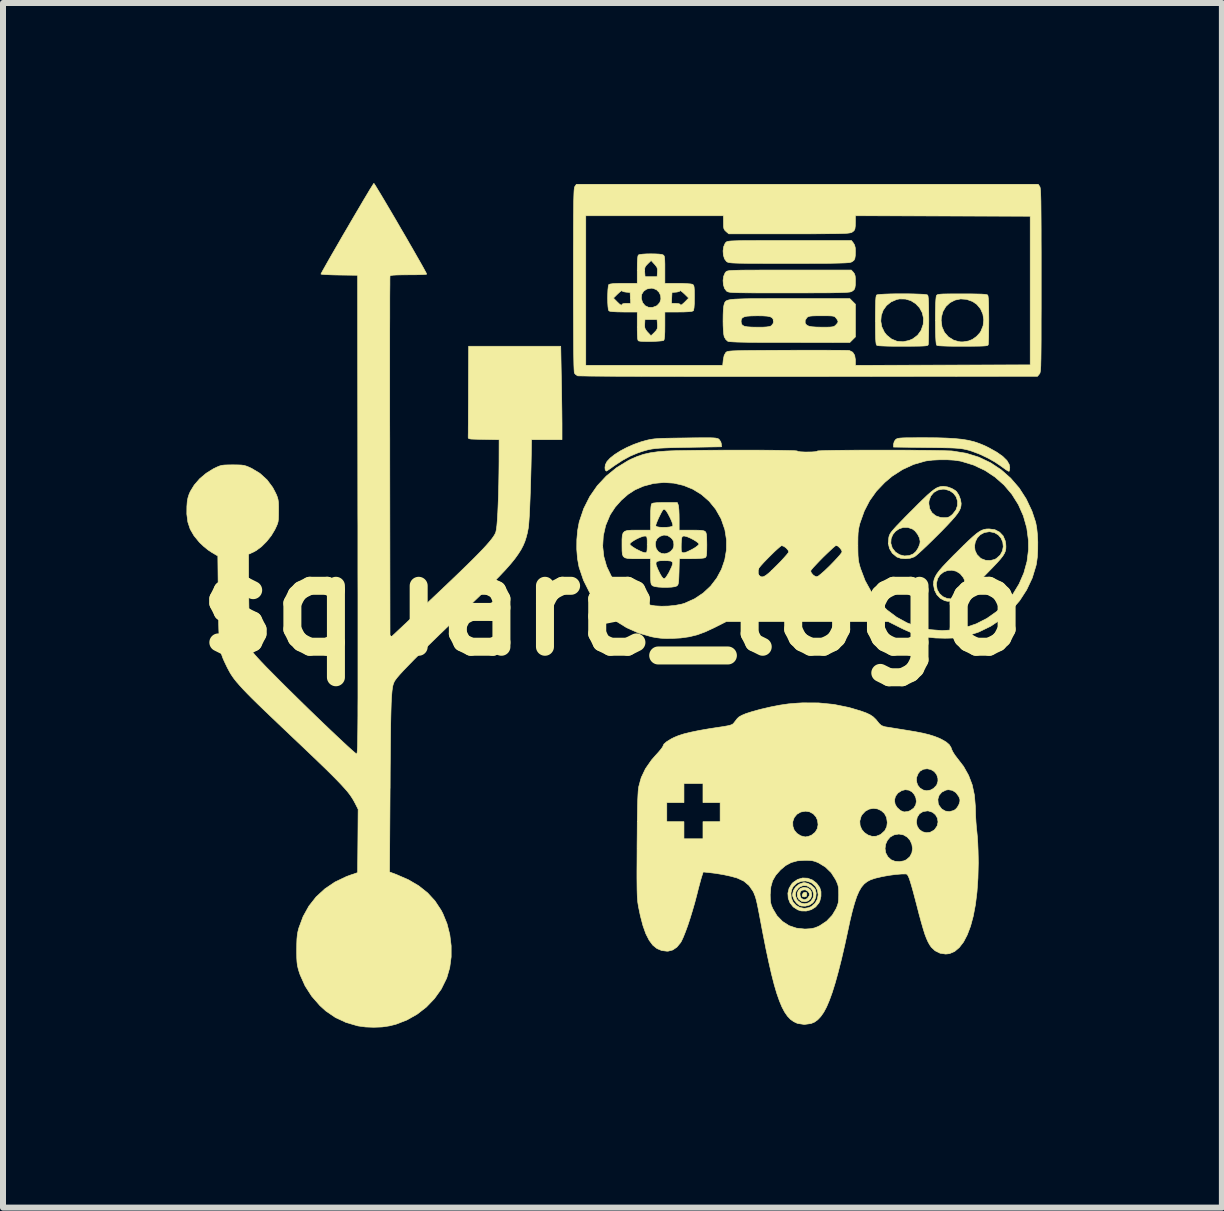
<source format=kicad_pcb>
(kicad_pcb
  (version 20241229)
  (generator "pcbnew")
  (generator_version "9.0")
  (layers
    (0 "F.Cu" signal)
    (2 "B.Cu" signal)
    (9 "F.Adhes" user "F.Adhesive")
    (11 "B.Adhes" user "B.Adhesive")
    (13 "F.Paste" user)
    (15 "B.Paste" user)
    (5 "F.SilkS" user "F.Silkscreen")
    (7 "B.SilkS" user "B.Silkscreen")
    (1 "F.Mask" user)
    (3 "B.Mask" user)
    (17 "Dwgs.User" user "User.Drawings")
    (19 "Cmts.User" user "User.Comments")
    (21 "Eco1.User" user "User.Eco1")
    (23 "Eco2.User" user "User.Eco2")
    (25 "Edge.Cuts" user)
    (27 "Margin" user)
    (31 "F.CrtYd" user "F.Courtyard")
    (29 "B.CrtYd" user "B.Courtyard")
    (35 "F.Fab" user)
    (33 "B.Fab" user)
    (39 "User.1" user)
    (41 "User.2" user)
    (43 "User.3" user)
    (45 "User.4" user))
  (footprint "square_logo"
    (layer "F.Cu")
    (at 7.156 7.038)
    (property "Reference" "square_logo" (at 0 0 0) (layer "F.SilkS") (effects (font (size 1.524 1.524) (thickness 0.3))))
    (attr through_hole)
    (fp_poly (pts (xy 3.229 4.783) (xy 3.238 4.806) (xy 3.239 4.817) (xy 3.232 4.848) (xy 3.208 4.857) (xy 3.198 4.858) (xy 3.168 4.853) (xy 3.161 4.832) (xy 3.162 4.822) (xy 3.18 4.79) (xy 3.203 4.781) (xy 3.229 4.783)) (stroke (width 0.01) (type solid)) (fill yes) (layer "F.SilkS"))
    (fp_poly (pts (xy 3.255 4.709) (xy 3.297 4.741) (xy 3.314 4.775) (xy 3.321 4.834) (xy 3.302 4.885) (xy 3.264 4.922) (xy 3.212 4.939) (xy 3.154 4.931) (xy 3.148 4.929) (xy 3.104 4.896) (xy 3.081 4.851) (xy 3.079 4.801) (xy 3.081 4.794) (xy 3.124 4.794) (xy 3.126 4.835) (xy 3.141 4.873) (xy 3.152 4.884) (xy 3.193 4.904) (xy 3.23 4.894) (xy 3.254 4.874) (xy 3.282 4.833) (xy 3.279 4.795) (xy 3.254 4.762) (xy 3.212 4.739) (xy 3.165 4.745) (xy 3.137 4.763) (xy 3.124 4.794) (xy 3.081 4.794) (xy 3.096 4.753) (xy 3.13 4.717) (xy 3.181 4.7) (xy 3.192 4.699) (xy 3.255 4.709)) (stroke (width 0.01) (type solid)) (fill yes) (layer "F.SilkS"))
    (fp_poly (pts (xy 3.256 4.632) (xy 3.313 4.663) (xy 3.36 4.706) (xy 3.378 4.731) (xy 3.394 4.793) (xy 3.388 4.862) (xy 3.361 4.926) (xy 3.337 4.957) (xy 3.281 4.994) (xy 3.213 5.012) (xy 3.146 5.009) (xy 3.112 4.997) (xy 3.066 4.959) (xy 3.027 4.905) (xy 3.004 4.846) (xy 3.002 4.833) (xy 3.048 4.833) (xy 3.071 4.896) (xy 3.089 4.92) (xy 3.141 4.959) (xy 3.202 4.972) (xy 3.263 4.958) (xy 3.308 4.927) (xy 3.343 4.872) (xy 3.352 4.81) (xy 3.335 4.75) (xy 3.301 4.708) (xy 3.239 4.673) (xy 3.176 4.669) (xy 3.116 4.695) (xy 3.094 4.714) (xy 3.056 4.771) (xy 3.048 4.833) (xy 3.002 4.833) (xy 3 4.82) (xy 3.015 4.751) (xy 3.055 4.69) (xy 3.112 4.645) (xy 3.18 4.621) (xy 3.204 4.62) (xy 3.256 4.632)) (stroke (width 0.01) (type solid)) (fill yes) (layer "F.SilkS"))
    (fp_poly (pts (xy 3.252 4.546) (xy 3.332 4.576) (xy 3.402 4.63) (xy 3.454 4.702) (xy 3.474 4.769) (xy 3.474 4.847) (xy 3.456 4.923) (xy 3.441 4.956) (xy 3.386 5.024) (xy 3.313 5.07) (xy 3.229 5.093) (xy 3.143 5.091) (xy 3.088 5.073) (xy 3.012 5.024) (xy 2.959 4.958) (xy 2.929 4.88) (xy 2.923 4.796) (xy 2.923 4.796) (xy 2.974 4.796) (xy 2.98 4.876) (xy 3.01 4.944) (xy 3.06 4.999) (xy 3.124 5.034) (xy 3.196 5.049) (xy 3.27 5.037) (xy 3.314 5.017) (xy 3.376 4.963) (xy 3.414 4.896) (xy 3.428 4.822) (xy 3.417 4.749) (xy 3.383 4.682) (xy 3.324 4.629) (xy 3.302 4.616) (xy 3.223 4.592) (xy 3.143 4.598) (xy 3.069 4.63) (xy 3.012 4.685) (xy 2.99 4.728) (xy 2.976 4.783) (xy 2.974 4.796) (xy 2.923 4.796) (xy 2.943 4.714) (xy 2.988 4.64) (xy 3.01 4.617) (xy 3.086 4.566) (xy 3.168 4.542) (xy 3.252 4.546)) (stroke (width 0.01) (type solid)) (fill yes) (layer "F.SilkS"))
    (fp_poly (pts (xy 5.403 -2.793) (xy 5.564 -2.788) (xy 5.702 -2.78) (xy 5.822 -2.768) (xy 5.927 -2.751) (xy 6.023 -2.728) (xy 6.112 -2.698) (xy 6.2 -2.662) (xy 6.271 -2.627) (xy 6.402 -2.554) (xy 6.503 -2.483) (xy 6.573 -2.414) (xy 6.611 -2.348) (xy 6.62 -2.302) (xy 6.617 -2.261) (xy 6.61 -2.236) (xy 6.608 -2.234) (xy 6.591 -2.24) (xy 6.555 -2.262) (xy 6.508 -2.296) (xy 6.485 -2.313) (xy 6.377 -2.387) (xy 6.251 -2.458) (xy 6.117 -2.521) (xy 5.987 -2.57) (xy 5.921 -2.59) (xy 5.883 -2.599) (xy 5.844 -2.607) (xy 5.803 -2.613) (xy 5.754 -2.618) (xy 5.693 -2.622) (xy 5.618 -2.625) (xy 5.523 -2.627) (xy 5.404 -2.629) (xy 5.259 -2.631) (xy 5.235 -2.631) (xy 4.683 -2.638) (xy 4.683 -2.684) (xy 4.696 -2.732) (xy 4.718 -2.762) (xy 4.729 -2.771) (xy 4.743 -2.778) (xy 4.764 -2.784) (xy 4.794 -2.788) (xy 4.838 -2.791) (xy 4.899 -2.793) (xy 4.982 -2.793) (xy 5.089 -2.794) (xy 5.214 -2.794) (xy 5.403 -2.793)) (stroke (width 0.01) (type solid)) (fill yes) (layer "F.SilkS"))
    (fp_poly (pts (xy 1.632 -2.793) (xy 1.683 -2.791) (xy 1.719 -2.788) (xy 1.743 -2.783) (xy 1.76 -2.778) (xy 1.772 -2.77) (xy 1.775 -2.768) (xy 1.804 -2.728) (xy 1.814 -2.691) (xy 1.818 -2.643) (xy 1.262 -2.634) (xy 1.106 -2.631) (xy 0.978 -2.628) (xy 0.873 -2.624) (xy 0.788 -2.62) (xy 0.717 -2.614) (xy 0.656 -2.606) (xy 0.602 -2.596) (xy 0.55 -2.582) (xy 0.496 -2.566) (xy 0.435 -2.545) (xy 0.422 -2.541) (xy 0.298 -2.489) (xy 0.166 -2.417) (xy 0.035 -2.331) (xy 0.014 -2.316) (xy -0.036 -2.28) (xy -0.076 -2.253) (xy -0.099 -2.239) (xy -0.102 -2.238) (xy -0.116 -2.251) (xy -0.122 -2.264) (xy -0.125 -2.296) (xy -0.119 -2.34) (xy -0.117 -2.347) (xy -0.091 -2.398) (xy -0.038 -2.455) (xy 0.038 -2.515) (xy 0.131 -2.574) (xy 0.237 -2.63) (xy 0.352 -2.681) (xy 0.472 -2.724) (xy 0.532 -2.741) (xy 0.576 -2.753) (xy 0.616 -2.762) (xy 0.656 -2.769) (xy 0.7 -2.775) (xy 0.753 -2.779) (xy 0.817 -2.783) (xy 0.899 -2.785) (xy 1.001 -2.787) (xy 1.128 -2.789) (xy 1.215 -2.79) (xy 1.358 -2.792) (xy 1.473 -2.793) (xy 1.564 -2.793) (xy 1.632 -2.793)) (stroke (width 0.01) (type solid)) (fill yes) (layer "F.SilkS"))
    (fp_poly (pts (xy 4.015 -6.038) (xy 4.035 -6.003) (xy 4.046 -5.957) (xy 4.048 -5.897) (xy 4.046 -5.827) (xy 4.039 -5.781) (xy 4.024 -5.751) (xy 3.997 -5.73) (xy 3.983 -5.722) (xy 3.97 -5.718) (xy 3.949 -5.713) (xy 3.918 -5.71) (xy 3.874 -5.707) (xy 3.815 -5.705) (xy 3.739 -5.703) (xy 3.644 -5.701) (xy 3.527 -5.7) (xy 3.386 -5.7) (xy 3.218 -5.699) (xy 3.022 -5.699) (xy 2.94 -5.699) (xy 2.737 -5.699) (xy 2.564 -5.699) (xy 2.417 -5.7) (xy 2.295 -5.7) (xy 2.195 -5.701) (xy 2.115 -5.702) (xy 2.052 -5.704) (xy 2.005 -5.706) (xy 1.969 -5.709) (xy 1.944 -5.713) (xy 1.926 -5.717) (xy 1.914 -5.722) (xy 1.904 -5.728) (xy 1.9 -5.731) (xy 1.867 -5.775) (xy 1.848 -5.838) (xy 1.843 -5.908) (xy 1.853 -5.977) (xy 1.877 -6.033) (xy 1.89 -6.049) (xy 1.897 -6.055) (xy 1.907 -6.061) (xy 1.921 -6.065) (xy 1.942 -6.069) (xy 1.973 -6.072) (xy 2.015 -6.074) (xy 2.072 -6.076) (xy 2.145 -6.078) (xy 2.237 -6.079) (xy 2.35 -6.079) (xy 2.487 -6.08) (xy 2.649 -6.08) (xy 2.84 -6.08) (xy 2.952 -6.08) (xy 3.982 -6.08) (xy 4.015 -6.038)) (stroke (width 0.01) (type solid)) (fill yes) (layer "F.SilkS"))
    (fp_poly (pts (xy 4.014 -5.551) (xy 4.033 -5.524) (xy 4.044 -5.489) (xy 4.048 -5.436) (xy 4.048 -5.41) (xy 4.047 -5.339) (xy 4.04 -5.292) (xy 4.026 -5.261) (xy 4.001 -5.24) (xy 3.983 -5.23) (xy 3.97 -5.225) (xy 3.949 -5.221) (xy 3.918 -5.218) (xy 3.874 -5.215) (xy 3.815 -5.213) (xy 3.739 -5.211) (xy 3.644 -5.209) (xy 3.527 -5.208) (xy 3.386 -5.208) (xy 3.218 -5.207) (xy 3.022 -5.207) (xy 2.94 -5.207) (xy 2.737 -5.207) (xy 2.564 -5.207) (xy 2.417 -5.207) (xy 2.295 -5.208) (xy 2.195 -5.209) (xy 2.115 -5.21) (xy 2.052 -5.212) (xy 2.005 -5.214) (xy 1.969 -5.217) (xy 1.944 -5.22) (xy 1.926 -5.225) (xy 1.914 -5.23) (xy 1.904 -5.236) (xy 1.9 -5.239) (xy 1.867 -5.283) (xy 1.848 -5.346) (xy 1.843 -5.416) (xy 1.853 -5.485) (xy 1.877 -5.541) (xy 1.89 -5.557) (xy 1.897 -5.563) (xy 1.907 -5.569) (xy 1.921 -5.573) (xy 1.942 -5.577) (xy 1.973 -5.58) (xy 2.015 -5.582) (xy 2.072 -5.584) (xy 2.145 -5.586) (xy 2.237 -5.587) (xy 2.351 -5.587) (xy 2.487 -5.588) (xy 2.65 -5.588) (xy 2.841 -5.588) (xy 2.95 -5.588) (xy 3.979 -5.588) (xy 4.014 -5.551)) (stroke (width 0.01) (type solid)) (fill yes) (layer "F.SilkS"))
    (fp_poly (pts (xy 4.924 -5.192) (xy 5.021 -5.19) (xy 5.107 -5.187) (xy 5.178 -5.184) (xy 5.227 -5.179) (xy 5.251 -5.172) (xy 5.251 -5.172) (xy 5.258 -5.155) (xy 5.263 -5.117) (xy 5.267 -5.056) (xy 5.269 -4.969) (xy 5.27 -4.855) (xy 5.271 -4.761) (xy 5.27 -4.651) (xy 5.269 -4.551) (xy 5.267 -4.466) (xy 5.265 -4.399) (xy 5.263 -4.357) (xy 5.261 -4.343) (xy 5.255 -4.335) (xy 5.241 -4.329) (xy 5.215 -4.325) (xy 5.174 -4.322) (xy 5.114 -4.32) (xy 5.033 -4.319) (xy 4.925 -4.318) (xy 4.835 -4.318) (xy 4.697 -4.318) (xy 4.588 -4.32) (xy 4.506 -4.323) (xy 4.449 -4.326) (xy 4.414 -4.331) (xy 4.401 -4.337) (xy 4.394 -4.354) (xy 4.389 -4.392) (xy 4.385 -4.452) (xy 4.383 -4.538) (xy 4.382 -4.652) (xy 4.382 -4.737) (xy 4.471 -4.737) (xy 4.488 -4.642) (xy 4.531 -4.552) (xy 4.57 -4.503) (xy 4.651 -4.438) (xy 4.742 -4.401) (xy 4.842 -4.393) (xy 4.944 -4.415) (xy 5.004 -4.441) (xy 5.085 -4.502) (xy 5.143 -4.583) (xy 5.178 -4.684) (xy 5.183 -4.784) (xy 5.162 -4.877) (xy 5.117 -4.96) (xy 5.052 -5.028) (xy 4.973 -5.078) (xy 4.882 -5.105) (xy 4.784 -5.107) (xy 4.737 -5.098) (xy 4.642 -5.057) (xy 4.566 -4.996) (xy 4.511 -4.919) (xy 4.479 -4.831) (xy 4.471 -4.737) (xy 4.382 -4.737) (xy 4.381 -4.755) (xy 4.382 -4.89) (xy 4.384 -4.996) (xy 4.386 -5.076) (xy 4.39 -5.13) (xy 4.396 -5.162) (xy 4.401 -5.172) (xy 4.422 -5.178) (xy 4.47 -5.183) (xy 4.54 -5.187) (xy 4.625 -5.19) (xy 4.721 -5.192) (xy 4.823 -5.192) (xy 4.924 -5.192)) (stroke (width 0.01) (type solid)) (fill yes) (layer "F.SilkS"))
    (fp_poly (pts (xy 5.961 -5.191) (xy 6.069 -5.189) (xy 6.15 -5.187) (xy 6.206 -5.183) (xy 6.239 -5.177) (xy 6.252 -5.172) (xy 6.258 -5.155) (xy 6.263 -5.117) (xy 6.267 -5.056) (xy 6.269 -4.969) (xy 6.27 -4.855) (xy 6.271 -4.761) (xy 6.27 -4.651) (xy 6.269 -4.551) (xy 6.268 -4.466) (xy 6.265 -4.399) (xy 6.263 -4.357) (xy 6.261 -4.343) (xy 6.255 -4.335) (xy 6.241 -4.329) (xy 6.215 -4.325) (xy 6.174 -4.322) (xy 6.115 -4.32) (xy 6.033 -4.319) (xy 5.925 -4.318) (xy 5.836 -4.318) (xy 5.697 -4.318) (xy 5.588 -4.32) (xy 5.506 -4.323) (xy 5.449 -4.326) (xy 5.414 -4.331) (xy 5.401 -4.337) (xy 5.395 -4.358) (xy 5.39 -4.406) (xy 5.386 -4.475) (xy 5.383 -4.559) (xy 5.382 -4.654) (xy 5.381 -4.748) (xy 5.477 -4.748) (xy 5.491 -4.641) (xy 5.532 -4.549) (xy 5.597 -4.475) (xy 5.683 -4.421) (xy 5.763 -4.397) (xy 5.803 -4.391) (xy 5.843 -4.391) (xy 5.894 -4.399) (xy 5.933 -4.406) (xy 5.998 -4.432) (xy 6.064 -4.479) (xy 6.12 -4.539) (xy 6.138 -4.566) (xy 6.176 -4.66) (xy 6.187 -4.758) (xy 6.172 -4.854) (xy 6.133 -4.942) (xy 6.071 -5.016) (xy 6.001 -5.064) (xy 5.9 -5.1) (xy 5.801 -5.107) (xy 5.707 -5.087) (xy 5.625 -5.045) (xy 5.556 -4.981) (xy 5.507 -4.898) (xy 5.48 -4.8) (xy 5.477 -4.748) (xy 5.381 -4.748) (xy 5.381 -4.754) (xy 5.381 -4.854) (xy 5.383 -4.948) (xy 5.385 -5.031) (xy 5.389 -5.098) (xy 5.394 -5.144) (xy 5.398 -5.16) (xy 5.405 -5.17) (xy 5.415 -5.177) (xy 5.434 -5.182) (xy 5.465 -5.186) (xy 5.511 -5.189) (xy 5.576 -5.19) (xy 5.665 -5.191) (xy 5.78 -5.191) (xy 5.824 -5.191) (xy 5.961 -5.191)) (stroke (width 0.01) (type solid)) (fill yes) (layer "F.SilkS"))
    (fp_poly (pts (xy 6.373 -1.261) (xy 6.45 -1.221) (xy 6.509 -1.159) (xy 6.544 -1.077) (xy 6.553 -1.025) (xy 6.556 -0.98) (xy 6.554 -0.942) (xy 6.547 -0.905) (xy 6.531 -0.867) (xy 6.505 -0.824) (xy 6.466 -0.774) (xy 6.413 -0.714) (xy 6.342 -0.639) (xy 6.253 -0.547) (xy 6.185 -0.478) (xy 6.078 -0.37) (xy 5.99 -0.284) (xy 5.918 -0.216) (xy 5.861 -0.166) (xy 5.817 -0.13) (xy 5.782 -0.107) (xy 5.771 -0.101) (xy 5.675 -0.07) (xy 5.581 -0.069) (xy 5.534 -0.08) (xy 5.464 -0.117) (xy 5.406 -0.177) (xy 5.367 -0.254) (xy 5.35 -0.341) (xy 5.35 -0.344) (xy 5.398 -0.344) (xy 5.411 -0.263) (xy 5.45 -0.196) (xy 5.507 -0.145) (xy 5.577 -0.115) (xy 5.654 -0.107) (xy 5.734 -0.126) (xy 5.771 -0.144) (xy 5.829 -0.196) (xy 5.865 -0.265) (xy 5.878 -0.343) (xy 5.866 -0.421) (xy 5.848 -0.462) (xy 5.794 -0.528) (xy 5.729 -0.569) (xy 5.657 -0.586) (xy 5.585 -0.582) (xy 5.518 -0.556) (xy 5.46 -0.511) (xy 5.419 -0.449) (xy 5.399 -0.37) (xy 5.398 -0.344) (xy 5.35 -0.344) (xy 5.35 -0.354) (xy 5.352 -0.396) (xy 5.362 -0.438) (xy 5.38 -0.481) (xy 5.408 -0.529) (xy 5.45 -0.585) (xy 5.508 -0.651) (xy 5.583 -0.73) (xy 5.677 -0.827) (xy 5.752 -0.901) (xy 5.839 -0.987) (xy 6.033 -0.987) (xy 6.042 -0.914) (xy 6.074 -0.847) (xy 6.13 -0.79) (xy 6.147 -0.778) (xy 6.219 -0.751) (xy 6.298 -0.748) (xy 6.372 -0.767) (xy 6.398 -0.782) (xy 6.461 -0.839) (xy 6.498 -0.907) (xy 6.512 -0.98) (xy 6.504 -1.053) (xy 6.476 -1.119) (xy 6.43 -1.174) (xy 6.366 -1.212) (xy 6.285 -1.228) (xy 6.278 -1.228) (xy 6.196 -1.214) (xy 6.129 -1.178) (xy 6.078 -1.124) (xy 6.046 -1.059) (xy 6.033 -0.987) (xy 5.839 -0.987) (xy 5.856 -1.004) (xy 5.94 -1.085) (xy 6.01 -1.149) (xy 6.067 -1.197) (xy 6.114 -1.23) (xy 6.156 -1.253) (xy 6.195 -1.266) (xy 6.234 -1.273) (xy 6.277 -1.274) (xy 6.279 -1.274) (xy 6.373 -1.261)) (stroke (width 0.01) (type solid)) (fill yes) (layer "F.SilkS"))
    (fp_poly (pts (xy 5.584 -1.974) (xy 5.654 -1.949) (xy 5.713 -1.914) (xy 5.734 -1.895) (xy 5.771 -1.838) (xy 5.798 -1.768) (xy 5.81 -1.701) (xy 5.81 -1.695) (xy 5.807 -1.657) (xy 5.798 -1.619) (xy 5.78 -1.579) (xy 5.751 -1.533) (xy 5.709 -1.479) (xy 5.652 -1.414) (xy 5.578 -1.334) (xy 5.484 -1.237) (xy 5.417 -1.17) (xy 5.33 -1.084) (xy 5.248 -1.004) (xy 5.174 -0.934) (xy 5.111 -0.876) (xy 5.063 -0.834) (xy 5.033 -0.811) (xy 5.029 -0.809) (xy 4.962 -0.786) (xy 4.883 -0.778) (xy 4.806 -0.784) (xy 4.743 -0.805) (xy 4.737 -0.808) (xy 4.663 -0.87) (xy 4.616 -0.948) (xy 4.596 -1.036) (xy 4.638 -1.036) (xy 4.661 -0.96) (xy 4.665 -0.952) (xy 4.716 -0.888) (xy 4.785 -0.844) (xy 4.863 -0.824) (xy 4.945 -0.83) (xy 5.013 -0.858) (xy 5.059 -0.9) (xy 5.097 -0.96) (xy 5.122 -1.026) (xy 5.127 -1.065) (xy 5.116 -1.123) (xy 5.085 -1.185) (xy 5.042 -1.24) (xy 5 -1.272) (xy 4.922 -1.299) (xy 4.846 -1.299) (xy 4.776 -1.276) (xy 4.715 -1.234) (xy 4.67 -1.178) (xy 4.643 -1.111) (xy 4.638 -1.036) (xy 4.596 -1.036) (xy 4.596 -1.039) (xy 4.605 -1.133) (xy 4.611 -1.157) (xy 4.62 -1.18) (xy 4.634 -1.205) (xy 4.656 -1.235) (xy 4.688 -1.272) (xy 4.732 -1.321) (xy 4.791 -1.382) (xy 4.867 -1.461) (xy 4.963 -1.558) (xy 4.975 -1.569) (xy 5.084 -1.679) (xy 5.104 -1.699) (xy 5.271 -1.699) (xy 5.285 -1.613) (xy 5.324 -1.544) (xy 5.386 -1.493) (xy 5.467 -1.465) (xy 5.521 -1.461) (xy 5.574 -1.463) (xy 5.612 -1.475) (xy 5.649 -1.502) (xy 5.669 -1.52) (xy 5.723 -1.589) (xy 5.749 -1.663) (xy 5.75 -1.738) (xy 5.728 -1.808) (xy 5.684 -1.867) (xy 5.621 -1.911) (xy 5.541 -1.935) (xy 5.505 -1.937) (xy 5.423 -1.922) (xy 5.354 -1.882) (xy 5.303 -1.821) (xy 5.275 -1.743) (xy 5.271 -1.699) (xy 5.104 -1.699) (xy 5.174 -1.767) (xy 5.247 -1.837) (xy 5.308 -1.89) (xy 5.358 -1.929) (xy 5.4 -1.956) (xy 5.438 -1.972) (xy 5.473 -1.981) (xy 5.509 -1.984) (xy 5.517 -1.984) (xy 5.584 -1.974)) (stroke (width 0.01) (type solid)) (fill yes) (layer "F.SilkS"))
    (fp_poly (pts (xy 2.961 -5.112) (xy 3.955 -5.112) (xy 4.048 -5.019) (xy 4.048 -4.474) (xy 3.955 -4.381) (xy 2.958 -4.382) (xy 2.744 -4.382) (xy 2.559 -4.382) (xy 2.402 -4.383) (xy 2.271 -4.384) (xy 2.165 -4.386) (xy 2.08 -4.388) (xy 2.015 -4.391) (xy 1.968 -4.394) (xy 1.938 -4.397) (xy 1.921 -4.402) (xy 1.921 -4.402) (xy 1.889 -4.431) (xy 1.864 -4.473) (xy 1.862 -4.477) (xy 1.854 -4.519) (xy 1.848 -4.584) (xy 1.844 -4.664) (xy 1.843 -4.731) (xy 2.143 -4.731) (xy 2.148 -4.695) (xy 2.164 -4.67) (xy 2.196 -4.652) (xy 2.248 -4.642) (xy 2.324 -4.637) (xy 2.413 -4.636) (xy 2.504 -4.636) (xy 2.568 -4.64) (xy 2.611 -4.646) (xy 2.639 -4.655) (xy 2.648 -4.66) (xy 2.678 -4.699) (xy 2.679 -4.706) (xy 3.211 -4.706) (xy 3.219 -4.69) (xy 3.24 -4.668) (xy 3.273 -4.653) (xy 3.323 -4.643) (xy 3.394 -4.638) (xy 3.489 -4.636) (xy 3.571 -4.636) (xy 3.628 -4.638) (xy 3.666 -4.642) (xy 3.691 -4.649) (xy 3.71 -4.661) (xy 3.723 -4.674) (xy 3.753 -4.708) (xy 3.759 -4.735) (xy 3.742 -4.767) (xy 3.729 -4.784) (xy 3.715 -4.801) (xy 3.7 -4.813) (xy 3.678 -4.82) (xy 3.643 -4.824) (xy 3.589 -4.826) (xy 3.511 -4.826) (xy 3.483 -4.826) (xy 3.396 -4.826) (xy 3.335 -4.824) (xy 3.293 -4.82) (xy 3.266 -4.813) (xy 3.248 -4.803) (xy 3.239 -4.794) (xy 3.211 -4.75) (xy 3.211 -4.706) (xy 2.679 -4.706) (xy 2.683 -4.731) (xy 2.678 -4.766) (xy 2.662 -4.792) (xy 2.63 -4.809) (xy 2.578 -4.82) (xy 2.502 -4.825) (xy 2.413 -4.826) (xy 2.313 -4.824) (xy 2.24 -4.819) (xy 2.191 -4.807) (xy 2.161 -4.789) (xy 2.146 -4.762) (xy 2.143 -4.731) (xy 1.843 -4.731) (xy 1.843 -4.752) (xy 1.844 -4.839) (xy 1.847 -4.917) (xy 1.853 -4.978) (xy 1.858 -5.005) (xy 1.864 -5.026) (xy 1.87 -5.044) (xy 1.879 -5.059) (xy 1.892 -5.072) (xy 1.913 -5.083) (xy 1.943 -5.091) (xy 1.985 -5.098) (xy 2.041 -5.103) (xy 2.113 -5.106) (xy 2.204 -5.109) (xy 2.316 -5.111) (xy 2.451 -5.111) (xy 2.612 -5.112) (xy 2.8 -5.112) (xy 2.961 -5.112)) (stroke (width 0.01) (type solid)) (fill yes) (layer "F.SilkS"))
    (fp_poly (pts (xy 7.119 -6.981) (xy 7.123 -6.973) (xy 7.127 -6.959) (xy 7.13 -6.937) (xy 7.133 -6.906) (xy 7.135 -6.863) (xy 7.137 -6.807) (xy 7.139 -6.736) (xy 7.14 -6.649) (xy 7.141 -6.542) (xy 7.142 -6.415) (xy 7.143 -6.265) (xy 7.143 -6.091) (xy 7.144 -5.891) (xy 7.144 -5.662) (xy 7.144 -5.42) (xy 7.144 -5.165) (xy 7.144 -4.941) (xy 7.143 -4.744) (xy 7.143 -4.574) (xy 7.143 -4.427) (xy 7.142 -4.303) (xy 7.141 -4.199) (xy 7.14 -4.113) (xy 7.138 -4.044) (xy 7.137 -3.989) (xy 7.134 -3.947) (xy 7.132 -3.916) (xy 7.128 -3.893) (xy 7.125 -3.877) (xy 7.121 -3.866) (xy 7.116 -3.858) (xy 7.113 -3.855) (xy 7.083 -3.818) (xy 3.268 -3.815) (xy 2.901 -3.815) (xy 2.545 -3.815) (xy 2.202 -3.815) (xy 1.874 -3.815) (xy 1.56 -3.815) (xy 1.263 -3.815) (xy 0.983 -3.816) (xy 0.722 -3.816) (xy 0.481 -3.817) (xy 0.262 -3.818) (xy 0.065 -3.818) (xy -0.108 -3.819) (xy -0.256 -3.82) (xy -0.379 -3.821) (xy -0.473 -3.823) (xy -0.539 -3.824) (xy -0.576 -3.825) (xy -0.582 -3.826) (xy -0.618 -3.851) (xy -0.634 -3.872) (xy -0.637 -3.891) (xy -0.64 -3.937) (xy -0.643 -4.011) (xy -0.645 -4.112) (xy -0.647 -4.242) (xy -0.648 -4.401) (xy -0.649 -4.589) (xy -0.65 -4.807) (xy -0.651 -5.056) (xy -0.651 -5.335) (xy -0.651 -5.425) (xy -0.651 -5.681) (xy -0.651 -5.907) (xy -0.65 -6.106) (xy -0.65 -6.278) (xy -0.649 -6.426) (xy -0.649 -6.493) (xy -0.445 -6.493) (xy -0.445 -4) (xy 1.837 -4) (xy 1.846 -4.09) (xy 1.861 -4.165) (xy 1.887 -4.212) (xy 1.889 -4.213) (xy 1.896 -4.22) (xy 1.905 -4.226) (xy 1.918 -4.231) (xy 1.938 -4.235) (xy 1.966 -4.238) (xy 2.006 -4.241) (xy 2.059 -4.243) (xy 2.128 -4.245) (xy 2.216 -4.247) (xy 2.325 -4.248) (xy 2.457 -4.249) (xy 2.614 -4.25) (xy 2.8 -4.251) (xy 2.917 -4.251) (xy 3.093 -4.252) (xy 3.26 -4.252) (xy 3.416 -4.252) (xy 3.557 -4.252) (xy 3.68 -4.251) (xy 3.784 -4.251) (xy 3.865 -4.25) (xy 3.92 -4.249) (xy 3.947 -4.247) (xy 3.948 -4.247) (xy 4.003 -4.219) (xy 4.036 -4.167) (xy 4.048 -4.092) (xy 4.048 -4.085) (xy 4.048 -4) (xy 6.961 -4.008) (xy 6.961 -6.485) (xy 4.048 -6.493) (xy 4.048 -6.391) (xy 4.046 -6.321) (xy 4.04 -6.274) (xy 4.025 -6.244) (xy 3.999 -6.223) (xy 3.983 -6.214) (xy 3.97 -6.21) (xy 3.949 -6.206) (xy 3.918 -6.202) (xy 3.874 -6.199) (xy 3.815 -6.197) (xy 3.739 -6.195) (xy 3.644 -6.194) (xy 3.527 -6.193) (xy 3.386 -6.192) (xy 3.219 -6.191) (xy 3.023 -6.191) (xy 2.939 -6.191) (xy 1.939 -6.191) (xy 1.894 -6.229) (xy 1.871 -6.252) (xy 1.857 -6.277) (xy 1.851 -6.313) (xy 1.85 -6.369) (xy 1.85 -6.38) (xy 1.849 -6.493) (xy 0.702 -6.493) (xy -0.445 -6.493) (xy -0.649 -6.493) (xy -0.648 -6.551) (xy -0.647 -6.656) (xy -0.646 -6.743) (xy -0.644 -6.812) (xy -0.642 -6.867) (xy -0.64 -6.909) (xy -0.637 -6.939) (xy -0.634 -6.96) (xy -0.63 -6.974) (xy -0.626 -6.981) (xy -0.601 -7.017) (xy 3.246 -7.017) (xy 7.094 -7.017) (xy 7.119 -6.981)) (stroke (width 0.01) (type solid)) (fill yes) (layer "F.SilkS"))
    (fp_poly (pts (xy 0.71 -5.857) (xy 0.773 -5.854) (xy 0.821 -5.848) (xy 0.842 -5.841) (xy 0.854 -5.833) (xy 0.863 -5.818) (xy 0.868 -5.792) (xy 0.871 -5.75) (xy 0.873 -5.686) (xy 0.873 -5.596) (xy 0.873 -5.595) (xy 0.873 -5.366) (xy 1.088 -5.366) (xy 1.17 -5.365) (xy 1.243 -5.361) (xy 1.299 -5.357) (xy 1.331 -5.351) (xy 1.335 -5.349) (xy 1.347 -5.34) (xy 1.356 -5.324) (xy 1.361 -5.296) (xy 1.364 -5.25) (xy 1.365 -5.182) (xy 1.365 -5.13) (xy 1.364 -5.029) (xy 1.359 -4.958) (xy 1.351 -4.917) (xy 1.346 -4.909) (xy 1.323 -4.9) (xy 1.271 -4.894) (xy 1.191 -4.89) (xy 1.1 -4.889) (xy 0.873 -4.889) (xy 0.873 -4.662) (xy 0.872 -4.557) (xy 0.868 -4.481) (xy 0.862 -4.434) (xy 0.854 -4.416) (xy 0.832 -4.41) (xy 0.787 -4.405) (xy 0.724 -4.401) (xy 0.653 -4.398) (xy 0.581 -4.398) (xy 0.515 -4.399) (xy 0.463 -4.402) (xy 0.433 -4.408) (xy 0.433 -4.408) (xy 0.424 -4.421) (xy 0.418 -4.454) (xy 0.415 -4.51) (xy 0.413 -4.593) (xy 0.413 -4.638) (xy 0.536 -4.638) (xy 0.547 -4.603) (xy 0.574 -4.566) (xy 0.587 -4.552) (xy 0.642 -4.493) (xy 0.698 -4.547) (xy 0.732 -4.584) (xy 0.747 -4.614) (xy 0.75 -4.655) (xy 0.749 -4.682) (xy 0.743 -4.763) (xy 0.541 -4.763) (xy 0.537 -4.687) (xy 0.536 -4.638) (xy 0.413 -4.638) (xy 0.413 -4.653) (xy 0.413 -4.889) (xy 0.186 -4.889) (xy 0.08 -4.891) (xy 0.004 -4.895) (xy -0.042 -4.901) (xy -0.06 -4.909) (xy -0.069 -4.933) (xy -0.075 -4.981) (xy -0.079 -5.045) (xy -0.08 -5.118) (xy -0.08 -5.121) (xy 0.016 -5.121) (xy 0.075 -5.061) (xy 0.119 -5.019) (xy 0.146 -5.002) (xy 0.158 -5.009) (xy 0.159 -5.016) (xy 0.173 -5.026) (xy 0.209 -5.032) (xy 0.231 -5.032) (xy 0.303 -5.032) (xy 0.299 -5.119) (xy 0.48 -5.119) (xy 0.5 -5.049) (xy 0.501 -5.046) (xy 0.544 -4.994) (xy 0.601 -4.967) (xy 0.667 -4.965) (xy 0.733 -4.99) (xy 0.746 -4.999) (xy 0.776 -5.032) (xy 0.983 -5.032) (xy 1.055 -5.032) (xy 1.098 -5.029) (xy 1.124 -5.021) (xy 1.127 -5.016) (xy 1.134 -5.002) (xy 1.156 -5.011) (xy 1.195 -5.045) (xy 1.211 -5.061) (xy 1.27 -5.121) (xy 1.199 -5.191) (xy 1.162 -5.224) (xy 1.136 -5.243) (xy 1.127 -5.243) (xy 1.113 -5.231) (xy 1.077 -5.222) (xy 1.06 -5.22) (xy 0.992 -5.215) (xy 0.987 -5.124) (xy 0.983 -5.032) (xy 0.776 -5.032) (xy 0.789 -5.047) (xy 0.807 -5.103) (xy 0.803 -5.162) (xy 0.778 -5.216) (xy 0.735 -5.259) (xy 0.677 -5.283) (xy 0.645 -5.286) (xy 0.573 -5.272) (xy 0.52 -5.236) (xy 0.487 -5.183) (xy 0.48 -5.119) (xy 0.299 -5.119) (xy 0.298 -5.124) (xy 0.294 -5.215) (xy 0.226 -5.22) (xy 0.185 -5.227) (xy 0.161 -5.238) (xy 0.159 -5.243) (xy 0.149 -5.242) (xy 0.122 -5.223) (xy 0.087 -5.191) (xy 0.016 -5.121) (xy -0.08 -5.121) (xy -0.079 -5.192) (xy -0.076 -5.26) (xy -0.07 -5.313) (xy -0.063 -5.343) (xy -0.06 -5.347) (xy -0.037 -5.355) (xy 0.014 -5.362) (xy 0.095 -5.365) (xy 0.186 -5.366) (xy 0.413 -5.366) (xy 0.413 -5.585) (xy 0.536 -5.585) (xy 0.537 -5.557) (xy 0.543 -5.477) (xy 0.744 -5.477) (xy 0.749 -5.552) (xy 0.75 -5.601) (xy 0.739 -5.637) (xy 0.712 -5.673) (xy 0.699 -5.687) (xy 0.644 -5.747) (xy 0.588 -5.692) (xy 0.554 -5.656) (xy 0.539 -5.625) (xy 0.536 -5.585) (xy 0.413 -5.585) (xy 0.413 -5.593) (xy 0.414 -5.699) (xy 0.418 -5.774) (xy 0.424 -5.821) (xy 0.432 -5.839) (xy 0.456 -5.847) (xy 0.503 -5.853) (xy 0.567 -5.857) (xy 0.638 -5.858) (xy 0.71 -5.857)) (stroke (width 0.01) (type solid)) (fill yes) (layer "F.SilkS"))
    (fp_poly (pts (xy 1.096 -1.674) (xy 1.102 -1.642) (xy 1.107 -1.587) (xy 1.11 -1.516) (xy 1.111 -1.444) (xy 1.111 -1.254) (xy 1.316 -1.254) (xy 1.405 -1.253) (xy 1.468 -1.251) (xy 1.509 -1.246) (xy 1.534 -1.238) (xy 1.547 -1.229) (xy 1.558 -1.212) (xy 1.565 -1.183) (xy 1.569 -1.136) (xy 1.571 -1.066) (xy 1.572 -1.007) (xy 1.571 -0.925) (xy 1.569 -0.868) (xy 1.565 -0.832) (xy 1.558 -0.81) (xy 1.548 -0.798) (xy 1.541 -0.794) (xy 1.514 -0.788) (xy 1.462 -0.783) (xy 1.393 -0.779) (xy 1.315 -0.778) (xy 1.312 -0.778) (xy 1.114 -0.778) (xy 1.109 -0.562) (xy 1.106 -0.474) (xy 1.103 -0.413) (xy 1.098 -0.372) (xy 1.091 -0.346) (xy 1.08 -0.331) (xy 1.072 -0.324) (xy 1.039 -0.312) (xy 0.983 -0.304) (xy 0.913 -0.301) (xy 0.838 -0.301) (xy 0.767 -0.305) (xy 0.709 -0.313) (xy 0.672 -0.325) (xy 0.67 -0.326) (xy 0.656 -0.338) (xy 0.646 -0.353) (xy 0.64 -0.378) (xy 0.637 -0.418) (xy 0.635 -0.478) (xy 0.635 -0.564) (xy 0.635 -0.713) (xy 0.725 -0.713) (xy 0.727 -0.676) (xy 0.748 -0.621) (xy 0.753 -0.608) (xy 0.79 -0.531) (xy 0.819 -0.481) (xy 0.843 -0.453) (xy 0.865 -0.445) (xy 0.865 -0.445) (xy 0.883 -0.458) (xy 0.909 -0.495) (xy 0.941 -0.548) (xy 0.953 -0.573) (xy 0.987 -0.644) (xy 1.003 -0.693) (xy 0.998 -0.723) (xy 0.971 -0.739) (xy 0.918 -0.745) (xy 0.865 -0.746) (xy 0.791 -0.744) (xy 0.745 -0.734) (xy 0.725 -0.713) (xy 0.635 -0.713) (xy 0.635 -0.778) (xy 0.423 -0.778) (xy 0.326 -0.778) (xy 0.256 -0.782) (xy 0.209 -0.793) (xy 0.18 -0.815) (xy 0.165 -0.852) (xy 0.16 -0.909) (xy 0.159 -0.988) (xy 0.159 -1.013) (xy 0.159 -1.019) (xy 0.289 -1.019) (xy 0.305 -0.999) (xy 0.342 -0.971) (xy 0.392 -0.94) (xy 0.447 -0.912) (xy 0.498 -0.889) (xy 0.537 -0.878) (xy 0.548 -0.877) (xy 0.563 -0.882) (xy 0.573 -0.895) (xy 0.577 -0.924) (xy 0.579 -0.974) (xy 0.579 -1.013) (xy 0.714 -1.013) (xy 0.728 -0.947) (xy 0.763 -0.897) (xy 0.813 -0.867) (xy 0.872 -0.859) (xy 0.934 -0.877) (xy 0.972 -0.903) (xy 1.006 -0.941) (xy 1.019 -0.973) (xy 1.145 -0.973) (xy 1.146 -0.924) (xy 1.149 -0.896) (xy 1.15 -0.894) (xy 1.165 -0.878) (xy 1.195 -0.877) (xy 1.242 -0.892) (xy 1.312 -0.926) (xy 1.326 -0.933) (xy 1.379 -0.964) (xy 1.419 -0.994) (xy 1.44 -1.016) (xy 1.442 -1.019) (xy 1.431 -1.039) (xy 1.398 -1.065) (xy 1.351 -1.094) (xy 1.297 -1.122) (xy 1.245 -1.144) (xy 1.203 -1.155) (xy 1.185 -1.156) (xy 1.167 -1.15) (xy 1.157 -1.136) (xy 1.151 -1.105) (xy 1.147 -1.051) (xy 1.146 -1.033) (xy 1.145 -0.973) (xy 1.019 -0.973) (xy 1.021 -0.979) (xy 1.023 -1.016) (xy 1.018 -1.065) (xy 0.998 -1.102) (xy 0.972 -1.129) (xy 0.914 -1.166) (xy 0.855 -1.172) (xy 0.793 -1.151) (xy 0.744 -1.113) (xy 0.719 -1.06) (xy 0.714 -1.013) (xy 0.579 -1.013) (xy 0.579 -1.016) (xy 0.579 -1.082) (xy 0.576 -1.122) (xy 0.57 -1.144) (xy 0.558 -1.153) (xy 0.545 -1.156) (xy 0.511 -1.152) (xy 0.464 -1.135) (xy 0.41 -1.111) (xy 0.358 -1.082) (xy 0.316 -1.054) (xy 0.292 -1.03) (xy 0.289 -1.019) (xy 0.159 -1.019) (xy 0.159 -1.101) (xy 0.164 -1.164) (xy 0.177 -1.207) (xy 0.204 -1.234) (xy 0.247 -1.248) (xy 0.313 -1.253) (xy 0.405 -1.254) (xy 0.429 -1.254) (xy 0.635 -1.254) (xy 0.635 -1.327) (xy 0.72 -1.327) (xy 0.721 -1.324) (xy 0.741 -1.311) (xy 0.783 -1.303) (xy 0.838 -1.3) (xy 0.897 -1.301) (xy 0.951 -1.306) (xy 0.991 -1.315) (xy 1.006 -1.326) (xy 1.004 -1.351) (xy 0.989 -1.396) (xy 0.965 -1.451) (xy 0.958 -1.465) (xy 0.923 -1.532) (xy 0.896 -1.575) (xy 0.874 -1.597) (xy 0.853 -1.603) (xy 0.84 -1.59) (xy 0.818 -1.555) (xy 0.793 -1.506) (xy 0.766 -1.451) (xy 0.743 -1.397) (xy 0.726 -1.353) (xy 0.72 -1.327) (xy 0.635 -1.327) (xy 0.635 -1.465) (xy 0.636 -1.568) (xy 0.641 -1.641) (xy 0.648 -1.684) (xy 0.654 -1.695) (xy 0.68 -1.705) (xy 0.735 -1.711) (xy 0.822 -1.714) (xy 0.877 -1.714) (xy 1.08 -1.714) (xy 1.096 -1.674)) (stroke (width 0.01) (type solid)) (fill yes) (layer "F.SilkS"))
    (fp_poly (pts (xy 4.655 -2.587) (xy 4.818 -2.587) (xy 4.976 -2.586) (xy 5.125 -2.584) (xy 5.264 -2.583) (xy 5.389 -2.581) (xy 5.496 -2.579) (xy 5.583 -2.576) (xy 5.647 -2.574) (xy 5.674 -2.571) (xy 5.895 -2.535) (xy 6.104 -2.47) (xy 6.298 -2.378) (xy 6.475 -2.261) (xy 6.635 -2.12) (xy 6.776 -1.957) (xy 6.894 -1.774) (xy 6.99 -1.571) (xy 7.052 -1.384) (xy 7.069 -1.294) (xy 7.081 -1.181) (xy 7.087 -1.057) (xy 7.086 -0.93) (xy 7.08 -0.809) (xy 7.066 -0.704) (xy 7.059 -0.668) (xy 6.995 -0.457) (xy 6.902 -0.26) (xy 6.785 -0.079) (xy 6.644 0.084) (xy 6.482 0.227) (xy 6.301 0.348) (xy 6.103 0.444) (xy 5.901 0.512) (xy 5.835 0.527) (xy 5.768 0.537) (xy 5.692 0.543) (xy 5.597 0.546) (xy 5.54 0.547) (xy 5.382 0.543) (xy 5.244 0.528) (xy 5.116 0.501) (xy 4.988 0.458) (xy 4.85 0.397) (xy 4.795 0.37) (xy 4.597 0.27) (xy 1.896 0.27) (xy 1.696 0.371) (xy 1.548 0.44) (xy 1.413 0.49) (xy 1.279 0.523) (xy 1.137 0.543) (xy 1 0.55) (xy 0.894 0.551) (xy 0.807 0.547) (xy 0.726 0.537) (xy 0.652 0.523) (xy 0.436 0.461) (xy 0.235 0.371) (xy 0.05 0.256) (xy -0.116 0.118) (xy -0.261 -0.042) (xy -0.384 -0.221) (xy -0.483 -0.419) (xy -0.555 -0.632) (xy -0.558 -0.643) (xy -0.583 -0.78) (xy -0.595 -0.934) (xy -0.595 -0.985) (xy -0.163 -0.985) (xy -0.144 -0.814) (xy -0.097 -0.649) (xy -0.022 -0.492) (xy 0.081 -0.348) (xy 0.188 -0.237) (xy 0.27 -0.175) (xy 0.372 -0.113) (xy 0.482 -0.059) (xy 0.588 -0.017) (xy 0.619 -0.008) (xy 0.708 0.008) (xy 0.817 0.014) (xy 0.935 0.011) (xy 1.051 -0.001) (xy 1.154 -0.021) (xy 1.204 -0.036) (xy 1.368 -0.11) (xy 1.512 -0.206) (xy 1.636 -0.322) (xy 1.738 -0.455) (xy 1.788 -0.548) (xy 2.414 -0.548) (xy 2.425 -0.523) (xy 2.439 -0.505) (xy 2.464 -0.483) (xy 2.49 -0.474) (xy 2.521 -0.48) (xy 2.56 -0.503) (xy 2.611 -0.544) (xy 2.642 -0.573) (xy 3.302 -0.573) (xy 3.315 -0.54) (xy 3.345 -0.506) (xy 3.382 -0.481) (xy 3.404 -0.476) (xy 3.429 -0.488) (xy 3.472 -0.522) (xy 3.534 -0.576) (xy 3.61 -0.649) (xy 3.631 -0.67) (xy 3.695 -0.736) (xy 3.75 -0.795) (xy 3.793 -0.844) (xy 3.819 -0.879) (xy 3.826 -0.893) (xy 3.815 -0.924) (xy 3.788 -0.959) (xy 3.756 -0.988) (xy 3.729 -1) (xy 3.71 -0.989) (xy 3.675 -0.96) (xy 3.627 -0.915) (xy 3.57 -0.861) (xy 3.509 -0.802) (xy 3.449 -0.741) (xy 3.394 -0.683) (xy 3.348 -0.634) (xy 3.316 -0.596) (xy 3.302 -0.575) (xy 3.302 -0.573) (xy 2.642 -0.573) (xy 2.676 -0.606) (xy 2.743 -0.672) (xy 2.807 -0.737) (xy 2.861 -0.796) (xy 2.904 -0.845) (xy 2.93 -0.878) (xy 2.937 -0.891) (xy 2.925 -0.922) (xy 2.895 -0.956) (xy 2.858 -0.983) (xy 2.824 -0.995) (xy 2.814 -0.994) (xy 2.793 -0.979) (xy 2.755 -0.946) (xy 2.703 -0.899) (xy 2.643 -0.84) (xy 2.599 -0.796) (xy 2.523 -0.718) (xy 2.469 -0.658) (xy 2.434 -0.613) (xy 2.417 -0.577) (xy 2.414 -0.548) (xy 1.788 -0.548) (xy 1.817 -0.602) (xy 1.871 -0.759) (xy 1.899 -0.923) (xy 1.9 -1.045) (xy 4.089 -1.045) (xy 4.089 -1) (xy 4.09 -0.902) (xy 4.092 -0.827) (xy 4.097 -0.768) (xy 4.105 -0.717) (xy 4.118 -0.665) (xy 4.133 -0.615) (xy 4.21 -0.412) (xy 4.311 -0.229) (xy 4.434 -0.066) (xy 4.576 0.077) (xy 4.735 0.196) (xy 4.909 0.291) (xy 5.095 0.361) (xy 5.29 0.404) (xy 5.493 0.42) (xy 5.702 0.406) (xy 5.867 0.373) (xy 6.06 0.308) (xy 6.239 0.217) (xy 6.402 0.102) (xy 6.547 -0.034) (xy 6.673 -0.188) (xy 6.776 -0.358) (xy 6.855 -0.54) (xy 6.908 -0.732) (xy 6.933 -0.932) (xy 6.932 -1.079) (xy 6.904 -1.291) (xy 6.847 -1.492) (xy 6.764 -1.679) (xy 6.656 -1.851) (xy 6.526 -2.005) (xy 6.374 -2.139) (xy 6.204 -2.251) (xy 6.016 -2.339) (xy 5.813 -2.401) (xy 5.79 -2.406) (xy 5.694 -2.42) (xy 5.578 -2.427) (xy 5.455 -2.427) (xy 5.334 -2.421) (xy 5.229 -2.408) (xy 5.21 -2.404) (xy 5.018 -2.349) (xy 4.833 -2.264) (xy 4.659 -2.152) (xy 4.537 -2.049) (xy 4.397 -1.902) (xy 4.285 -1.745) (xy 4.196 -1.573) (xy 4.127 -1.38) (xy 4.124 -1.372) (xy 4.11 -1.316) (xy 4.1 -1.264) (xy 4.093 -1.207) (xy 4.09 -1.136) (xy 4.089 -1.045) (xy 1.9 -1.045) (xy 1.9 -1.092) (xy 1.873 -1.262) (xy 1.815 -1.43) (xy 1.807 -1.449) (xy 1.719 -1.604) (xy 1.61 -1.737) (xy 1.483 -1.848) (xy 1.34 -1.936) (xy 1.186 -1.999) (xy 1.024 -2.037) (xy 0.856 -2.048) (xy 0.685 -2.032) (xy 0.516 -1.987) (xy 0.376 -1.926) (xy 0.259 -1.85) (xy 0.147 -1.752) (xy 0.046 -1.638) (xy -0.034 -1.517) (xy -0.044 -1.498) (xy -0.114 -1.331) (xy -0.153 -1.158) (xy -0.163 -0.985) (xy -0.595 -0.985) (xy -0.594 -1.095) (xy -0.58 -1.251) (xy -0.554 -1.391) (xy -0.552 -1.397) (xy -0.479 -1.613) (xy -0.379 -1.812) (xy -0.254 -1.993) (xy -0.104 -2.154) (xy 0.069 -2.295) (xy 0.264 -2.414) (xy 0.31 -2.437) (xy 0.414 -2.482) (xy 0.517 -2.517) (xy 0.627 -2.542) (xy 0.752 -2.56) (xy 0.9 -2.572) (xy 0.905 -2.572) (xy 0.973 -2.575) (xy 1.064 -2.578) (xy 1.174 -2.58) (xy 1.301 -2.582) (xy 1.442 -2.584) (xy 1.592 -2.585) (xy 1.75 -2.586) (xy 1.912 -2.587) (xy 2.074 -2.587) (xy 2.235 -2.587) (xy 2.391 -2.587) (xy 2.538 -2.586) (xy 2.674 -2.585) (xy 2.795 -2.583) (xy 2.899 -2.581) (xy 2.982 -2.579) (xy 3.042 -2.577) (xy 3.074 -2.574) (xy 3.08 -2.572) (xy 3.095 -2.564) (xy 3.137 -2.559) (xy 3.203 -2.556) (xy 3.246 -2.556) (xy 3.323 -2.557) (xy 3.378 -2.561) (xy 3.409 -2.568) (xy 3.413 -2.572) (xy 3.428 -2.575) (xy 3.473 -2.577) (xy 3.542 -2.58) (xy 3.634 -2.582) (xy 3.746 -2.584) (xy 3.874 -2.585) (xy 4.016 -2.586) (xy 4.168 -2.587) (xy 4.327 -2.587) (xy 4.491 -2.587) (xy 4.655 -2.587)) (stroke (width 0.01) (type solid)) (fill yes) (layer "F.SilkS"))
    (fp_poly (pts (xy -3.966 -7.019) (xy -3.942 -6.982) (xy -3.906 -6.922) (xy -3.859 -6.845) (xy -3.803 -6.751) (xy -3.741 -6.646) (xy -3.673 -6.531) (xy -3.602 -6.41) (xy -3.53 -6.285) (xy -3.457 -6.161) (xy -3.387 -6.039) (xy -3.32 -5.923) (xy -3.259 -5.816) (xy -3.204 -5.72) (xy -3.159 -5.64) (xy -3.125 -5.578) (xy -3.103 -5.537) (xy -3.096 -5.52) (xy -3.111 -5.516) (xy -3.153 -5.513) (xy -3.217 -5.511) (xy -3.298 -5.509) (xy -3.391 -5.509) (xy -3.398 -5.509) (xy -3.51 -5.508) (xy -3.594 -5.506) (xy -3.653 -5.503) (xy -3.689 -5.498) (xy -3.706 -5.491) (xy -3.707 -5.489) (xy -3.708 -5.471) (xy -3.709 -5.423) (xy -3.709 -5.347) (xy -3.71 -5.243) (xy -3.711 -5.114) (xy -3.711 -4.961) (xy -3.711 -4.786) (xy -3.712 -4.589) (xy -3.712 -4.374) (xy -3.712 -4.14) (xy -3.712 -3.891) (xy -3.712 -3.627) (xy -3.712 -3.35) (xy -3.712 -3.061) (xy -3.711 -2.762) (xy -3.711 -2.462) (xy -3.707 0.545) (xy -3.262 0.127) (xy -3.057 -0.067) (xy -2.874 -0.24) (xy -2.712 -0.394) (xy -2.569 -0.531) (xy -2.445 -0.651) (xy -2.338 -0.756) (xy -2.247 -0.848) (xy -2.17 -0.927) (xy -2.107 -0.995) (xy -2.056 -1.053) (xy -2.016 -1.102) (xy -1.985 -1.144) (xy -1.963 -1.179) (xy -1.948 -1.21) (xy -1.944 -1.221) (xy -1.935 -1.262) (xy -1.926 -1.332) (xy -1.918 -1.428) (xy -1.911 -1.548) (xy -1.905 -1.688) (xy -1.899 -1.845) (xy -1.895 -2.018) (xy -1.892 -2.203) (xy -1.89 -2.397) (xy -1.89 -2.448) (xy -1.889 -2.761) (xy -2.147 -2.766) (xy -2.243 -2.768) (xy -2.311 -2.77) (xy -2.357 -2.772) (xy -2.385 -2.777) (xy -2.399 -2.784) (xy -2.404 -2.793) (xy -2.404 -2.806) (xy -2.404 -2.829) (xy -2.403 -2.88) (xy -2.403 -2.956) (xy -2.402 -3.054) (xy -2.402 -3.171) (xy -2.401 -3.303) (xy -2.4 -3.446) (xy -2.4 -3.58) (xy -2.397 -4.318) (xy -0.862 -4.318) (xy -0.852 -3.782) (xy -0.849 -3.641) (xy -0.847 -3.498) (xy -0.845 -3.36) (xy -0.843 -3.232) (xy -0.842 -3.12) (xy -0.841 -3.032) (xy -0.841 -3.004) (xy -0.841 -2.762) (xy -1.349 -2.762) (xy -1.35 -2.703) (xy -1.353 -2.501) (xy -1.357 -2.304) (xy -1.362 -2.116) (xy -1.367 -1.939) (xy -1.373 -1.776) (xy -1.379 -1.63) (xy -1.385 -1.504) (xy -1.392 -1.401) (xy -1.398 -1.325) (xy -1.404 -1.282) (xy -1.419 -1.205) (xy -1.438 -1.133) (xy -1.46 -1.064) (xy -1.489 -0.996) (xy -1.525 -0.927) (xy -1.571 -0.855) (xy -1.627 -0.777) (xy -1.695 -0.693) (xy -1.777 -0.6) (xy -1.875 -0.496) (xy -1.989 -0.379) (xy -2.121 -0.247) (xy -2.274 -0.099) (xy -2.448 0.069) (xy -2.508 0.127) (xy -2.711 0.321) (xy -2.892 0.495) (xy -3.05 0.649) (xy -3.188 0.785) (xy -3.306 0.902) (xy -3.404 1.003) (xy -3.485 1.087) (xy -3.547 1.155) (xy -3.593 1.209) (xy -3.623 1.25) (xy -3.635 1.269) (xy -3.644 1.29) (xy -3.653 1.314) (xy -3.661 1.343) (xy -3.667 1.379) (xy -3.673 1.423) (xy -3.678 1.479) (xy -3.683 1.547) (xy -3.687 1.63) (xy -3.69 1.729) (xy -3.693 1.846) (xy -3.696 1.983) (xy -3.698 2.143) (xy -3.7 2.327) (xy -3.702 2.537) (xy -3.704 2.774) (xy -3.705 3.041) (xy -3.706 3.059) (xy -3.715 4.442) (xy -3.6 4.485) (xy -3.4 4.572) (xy -3.228 4.673) (xy -3.081 4.79) (xy -2.958 4.924) (xy -2.857 5.077) (xy -2.826 5.136) (xy -2.757 5.305) (xy -2.711 5.486) (xy -2.688 5.672) (xy -2.688 5.858) (xy -2.712 6.037) (xy -2.76 6.203) (xy -2.767 6.22) (xy -2.853 6.394) (xy -2.966 6.552) (xy -3.101 6.693) (xy -3.256 6.813) (xy -3.426 6.909) (xy -3.609 6.98) (xy -3.718 7.007) (xy -3.841 7.025) (xy -3.978 7.03) (xy -4.116 7.025) (xy -4.239 7.008) (xy -4.247 7.006) (xy -4.44 6.95) (xy -4.616 6.868) (xy -4.776 6.759) (xy -4.875 6.669) (xy -5.013 6.511) (xy -5.122 6.341) (xy -5.205 6.156) (xy -5.225 6.096) (xy -5.24 6.043) (xy -5.251 5.994) (xy -5.257 5.941) (xy -5.261 5.875) (xy -5.262 5.789) (xy -5.262 5.739) (xy -5.261 5.637) (xy -5.258 5.559) (xy -5.252 5.497) (xy -5.243 5.441) (xy -5.229 5.385) (xy -5.226 5.375) (xy -5.155 5.184) (xy -5.059 5.011) (xy -4.938 4.857) (xy -4.792 4.723) (xy -4.625 4.61) (xy -4.435 4.519) (xy -4.367 4.494) (xy -4.247 4.453) (xy -4.242 3.925) (xy -4.238 3.397) (xy -4.28 3.314) (xy -4.303 3.27) (xy -4.327 3.228) (xy -4.354 3.186) (xy -4.386 3.141) (xy -4.424 3.093) (xy -4.471 3.04) (xy -4.527 2.979) (xy -4.594 2.909) (xy -4.674 2.828) (xy -4.769 2.734) (xy -4.881 2.626) (xy -5.011 2.501) (xy -5.16 2.359) (xy -5.331 2.197) (xy -5.334 2.194) (xy -5.507 2.03) (xy -5.659 1.885) (xy -5.791 1.759) (xy -5.905 1.649) (xy -6.003 1.553) (xy -6.085 1.47) (xy -6.155 1.397) (xy -6.213 1.333) (xy -6.262 1.277) (xy -6.303 1.226) (xy -6.337 1.178) (xy -6.367 1.132) (xy -6.393 1.085) (xy -6.419 1.036) (xy -6.444 0.984) (xy -6.446 0.98) (xy -6.471 0.927) (xy -6.492 0.879) (xy -6.509 0.832) (xy -6.523 0.783) (xy -6.535 0.728) (xy -6.544 0.665) (xy -6.551 0.59) (xy -6.556 0.499) (xy -6.56 0.391) (xy -6.563 0.261) (xy -6.565 0.105) (xy -6.568 -0.078) (xy -6.568 -0.098) (xy -6.576 -0.823) (xy -6.679 -0.884) (xy -6.739 -0.924) (xy -6.807 -0.979) (xy -6.87 -1.038) (xy -6.885 -1.053) (xy -6.974 -1.162) (xy -7.037 -1.271) (xy -7.076 -1.389) (xy -7.093 -1.522) (xy -7.092 -1.645) (xy -7.086 -1.727) (xy -7.075 -1.789) (xy -7.057 -1.847) (xy -7.035 -1.898) (xy -6.969 -2.006) (xy -6.879 -2.11) (xy -6.77 -2.202) (xy -6.651 -2.276) (xy -6.643 -2.28) (xy -6.589 -2.306) (xy -6.548 -2.323) (xy -6.509 -2.334) (xy -6.465 -2.339) (xy -6.406 -2.341) (xy -6.327 -2.342) (xy -6.245 -2.341) (xy -6.187 -2.339) (xy -6.142 -2.333) (xy -6.103 -2.322) (xy -6.06 -2.305) (xy -6.011 -2.282) (xy -5.875 -2.2) (xy -5.757 -2.093) (xy -5.662 -1.966) (xy -5.624 -1.894) (xy -5.598 -1.841) (xy -5.582 -1.798) (xy -5.572 -1.759) (xy -5.566 -1.713) (xy -5.564 -1.652) (xy -5.564 -1.579) (xy -5.565 -1.498) (xy -5.567 -1.439) (xy -5.572 -1.395) (xy -5.583 -1.357) (xy -5.601 -1.315) (xy -5.626 -1.262) (xy -5.686 -1.162) (xy -5.762 -1.066) (xy -5.847 -0.981) (xy -5.935 -0.915) (xy -5.981 -0.89) (xy -6.064 -0.852) (xy -6.063 -0.446) (xy -6.062 -0.218) (xy -6.059 -0.01) (xy -6.055 0.177) (xy -6.05 0.342) (xy -6.043 0.481) (xy -6.035 0.595) (xy -6.026 0.681) (xy -6.016 0.738) (xy -6.011 0.754) (xy -5.996 0.779) (xy -5.965 0.817) (xy -5.918 0.87) (xy -5.853 0.94) (xy -5.769 1.028) (xy -5.664 1.134) (xy -5.539 1.26) (xy -5.449 1.35) (xy -5.324 1.473) (xy -5.196 1.599) (xy -5.068 1.724) (xy -4.941 1.847) (xy -4.818 1.965) (xy -4.702 2.076) (xy -4.594 2.178) (xy -4.497 2.269) (xy -4.414 2.346) (xy -4.347 2.407) (xy -4.297 2.45) (xy -4.27 2.472) (xy -4.267 2.474) (xy -4.264 2.475) (xy -4.261 2.473) (xy -4.258 2.468) (xy -4.256 2.457) (xy -4.254 2.441) (xy -4.252 2.417) (xy -4.25 2.385) (xy -4.248 2.344) (xy -4.247 2.292) (xy -4.246 2.229) (xy -4.245 2.152) (xy -4.244 2.062) (xy -4.243 1.956) (xy -4.242 1.834) (xy -4.242 1.695) (xy -4.241 1.537) (xy -4.241 1.359) (xy -4.241 1.16) (xy -4.241 0.939) (xy -4.241 0.695) (xy -4.241 0.426) (xy -4.241 0.132) (xy -4.241 -0.188) (xy -4.242 -0.537) (xy -4.242 -0.914) (xy -4.242 -1.322) (xy -4.243 -1.503) (xy -4.247 -5.501) (xy -4.552 -5.505) (xy -4.647 -5.507) (xy -4.729 -5.51) (xy -4.795 -5.513) (xy -4.84 -5.517) (xy -4.858 -5.521) (xy -4.858 -5.522) (xy -4.85 -5.538) (xy -4.828 -5.579) (xy -4.793 -5.641) (xy -4.748 -5.721) (xy -4.694 -5.816) (xy -4.632 -5.923) (xy -4.565 -6.039) (xy -4.495 -6.161) (xy -4.422 -6.285) (xy -4.35 -6.409) (xy -4.279 -6.53) (xy -4.211 -6.645) (xy -4.149 -6.751) (xy -4.093 -6.844) (xy -4.047 -6.922) (xy -4.01 -6.981) (xy -3.986 -7.019) (xy -3.976 -7.033) (xy -3.976 -7.033) (xy -3.966 -7.019)) (stroke (width 0.01) (type solid)) (fill yes) (layer "F.SilkS"))
    (fp_poly (pts (xy 3.434 1.625) (xy 3.689 1.65) (xy 3.94 1.701) (xy 4.133 1.758) (xy 4.223 1.79) (xy 4.29 1.821) (xy 4.343 1.856) (xy 4.39 1.901) (xy 4.438 1.961) (xy 4.44 1.964) (xy 4.481 2.002) (xy 4.538 2.022) (xy 4.544 2.023) (xy 4.581 2.029) (xy 4.644 2.039) (xy 4.724 2.052) (xy 4.817 2.067) (xy 4.905 2.081) (xy 5.054 2.106) (xy 5.176 2.13) (xy 5.278 2.155) (xy 5.364 2.182) (xy 5.441 2.212) (xy 5.485 2.233) (xy 5.561 2.277) (xy 5.612 2.321) (xy 5.643 2.371) (xy 5.651 2.397) (xy 5.67 2.438) (xy 5.703 2.491) (xy 5.741 2.541) (xy 5.851 2.684) (xy 5.934 2.832) (xy 5.994 2.989) (xy 6.031 3.161) (xy 6.047 3.351) (xy 6.049 3.421) (xy 6.051 3.506) (xy 6.057 3.607) (xy 6.065 3.71) (xy 6.072 3.77) (xy 6.08 3.853) (xy 6.087 3.96) (xy 6.092 4.08) (xy 6.095 4.206) (xy 6.096 4.295) (xy 6.09 4.545) (xy 6.074 4.776) (xy 6.048 4.987) (xy 6.012 5.178) (xy 5.967 5.345) (xy 5.912 5.49) (xy 5.85 5.609) (xy 5.779 5.701) (xy 5.701 5.767) (xy 5.616 5.803) (xy 5.553 5.81) (xy 5.459 5.796) (xy 5.376 5.755) (xy 5.312 5.695) (xy 5.284 5.654) (xy 5.258 5.607) (xy 5.232 5.549) (xy 5.205 5.478) (xy 5.177 5.388) (xy 5.145 5.277) (xy 5.108 5.142) (xy 5.082 5.04) (xy 5.043 4.891) (xy 5.011 4.77) (xy 4.984 4.674) (xy 4.962 4.601) (xy 4.944 4.547) (xy 4.928 4.511) (xy 4.914 4.488) (xy 4.901 4.478) (xy 4.892 4.475) (xy 4.814 4.476) (xy 4.715 4.484) (xy 4.605 4.499) (xy 4.494 4.519) (xy 4.392 4.543) (xy 4.366 4.55) (xy 4.3 4.573) (xy 4.243 4.603) (xy 4.193 4.643) (xy 4.148 4.696) (xy 4.108 4.765) (xy 4.07 4.852) (xy 4.034 4.961) (xy 3.997 5.093) (xy 3.959 5.251) (xy 3.928 5.396) (xy 3.87 5.663) (xy 3.815 5.9) (xy 3.762 6.109) (xy 3.712 6.29) (xy 3.663 6.447) (xy 3.615 6.58) (xy 3.568 6.691) (xy 3.52 6.781) (xy 3.47 6.852) (xy 3.419 6.906) (xy 3.366 6.944) (xy 3.31 6.967) (xy 3.307 6.968) (xy 3.197 6.983) (xy 3.091 6.967) (xy 3.074 6.962) (xy 3.018 6.935) (xy 2.965 6.897) (xy 2.916 6.845) (xy 2.869 6.777) (xy 2.824 6.692) (xy 2.781 6.588) (xy 2.737 6.463) (xy 2.694 6.316) (xy 2.65 6.144) (xy 2.605 5.947) (xy 2.557 5.722) (xy 2.507 5.468) (xy 2.492 5.39) (xy 2.465 5.247) (xy 2.443 5.131) (xy 2.425 5.039) (xy 2.41 4.967) (xy 2.397 4.911) (xy 2.385 4.868) (xy 2.373 4.833) (xy 2.367 4.818) (xy 2.628 4.818) (xy 2.63 4.894) (xy 2.635 4.95) (xy 2.647 4.997) (xy 2.668 5.046) (xy 2.669 5.05) (xy 2.741 5.171) (xy 2.833 5.266) (xy 2.941 5.336) (xy 3.065 5.378) (xy 3.203 5.393) (xy 3.231 5.392) (xy 3.306 5.387) (xy 3.365 5.375) (xy 3.42 5.354) (xy 3.453 5.338) (xy 3.568 5.262) (xy 3.662 5.163) (xy 3.726 5.056) (xy 3.748 5.003) (xy 3.762 4.956) (xy 3.768 4.903) (xy 3.77 4.831) (xy 3.77 4.818) (xy 3.769 4.745) (xy 3.764 4.692) (xy 3.753 4.647) (xy 3.732 4.598) (xy 3.719 4.57) (xy 3.645 4.454) (xy 3.547 4.359) (xy 3.432 4.289) (xy 3.378 4.267) (xy 3.328 4.254) (xy 3.268 4.249) (xy 3.207 4.248) (xy 3.083 4.256) (xy 2.978 4.285) (xy 2.885 4.335) (xy 2.801 4.406) (xy 2.721 4.496) (xy 2.668 4.588) (xy 2.639 4.69) (xy 2.629 4.811) (xy 2.628 4.818) (xy 2.367 4.818) (xy 2.361 4.803) (xy 2.348 4.774) (xy 2.341 4.762) (xy 2.276 4.668) (xy 2.188 4.594) (xy 2.078 4.543) (xy 2.078 4.543) (xy 1.974 4.514) (xy 1.85 4.487) (xy 1.717 4.465) (xy 1.617 4.453) (xy 1.512 4.442) (xy 1.487 4.519) (xy 1.474 4.562) (xy 1.456 4.629) (xy 1.434 4.71) (xy 1.412 4.798) (xy 1.405 4.826) (xy 1.371 4.955) (xy 1.333 5.086) (xy 1.294 5.214) (xy 1.255 5.333) (xy 1.216 5.439) (xy 1.181 5.527) (xy 1.151 5.592) (xy 1.137 5.617) (xy 1.073 5.695) (xy 1.004 5.742) (xy 0.927 5.762) (xy 0.906 5.762) (xy 0.819 5.751) (xy 0.741 5.718) (xy 0.672 5.662) (xy 0.611 5.58) (xy 0.556 5.472) (xy 0.508 5.337) (xy 0.465 5.173) (xy 0.434 5.024) (xy 0.428 4.987) (xy 0.422 4.95) (xy 0.418 4.908) (xy 0.414 4.861) (xy 0.412 4.804) (xy 0.41 4.735) (xy 0.409 4.65) (xy 0.408 4.546) (xy 0.408 4.422) (xy 0.409 4.272) (xy 0.41 4.096) (xy 0.41 4.052) (xy 4.542 4.052) (xy 4.553 4.123) (xy 4.588 4.188) (xy 4.643 4.239) (xy 4.707 4.264) (xy 4.782 4.27) (xy 4.856 4.257) (xy 4.898 4.238) (xy 4.956 4.187) (xy 4.989 4.123) (xy 5 4.053) (xy 4.989 3.982) (xy 4.96 3.916) (xy 4.913 3.862) (xy 4.851 3.825) (xy 4.774 3.81) (xy 4.77 3.81) (xy 4.692 3.824) (xy 4.628 3.86) (xy 4.581 3.915) (xy 4.552 3.98) (xy 4.542 4.052) (xy 0.41 4.052) (xy 0.41 4.008) (xy 0.412 3.799) (xy 0.413 3.619) (xy 0.416 3.467) (xy 0.418 3.34) (xy 0.42 3.286) (xy 0.905 3.286) (xy 0.905 3.604) (xy 1.191 3.604) (xy 1.191 3.889) (xy 1.508 3.889) (xy 1.508 3.604) (xy 3.004 3.604) (xy 3.006 3.68) (xy 3.029 3.746) (xy 3.075 3.8) (xy 3.138 3.84) (xy 3.207 3.857) (xy 3.215 3.858) (xy 3.262 3.85) (xy 3.312 3.831) (xy 3.317 3.829) (xy 3.377 3.781) (xy 3.413 3.721) (xy 3.426 3.655) (xy 3.419 3.594) (xy 4.121 3.594) (xy 4.126 3.666) (xy 4.153 3.732) (xy 4.198 3.786) (xy 4.257 3.826) (xy 4.324 3.848) (xy 4.394 3.847) (xy 4.465 3.819) (xy 4.476 3.811) (xy 4.538 3.754) (xy 4.571 3.687) (xy 4.58 3.614) (xy 4.579 3.611) (xy 5.064 3.611) (xy 5.078 3.681) (xy 5.114 3.735) (xy 5.166 3.772) (xy 5.228 3.788) (xy 5.293 3.781) (xy 5.354 3.748) (xy 5.37 3.734) (xy 5.411 3.674) (xy 5.425 3.609) (xy 5.415 3.545) (xy 5.383 3.489) (xy 5.333 3.447) (xy 5.267 3.426) (xy 5.25 3.424) (xy 5.174 3.436) (xy 5.116 3.472) (xy 5.078 3.531) (xy 5.064 3.608) (xy 5.064 3.611) (xy 4.579 3.611) (xy 4.567 3.533) (xy 4.532 3.467) (xy 4.479 3.42) (xy 4.416 3.391) (xy 4.347 3.382) (xy 4.277 3.395) (xy 4.213 3.43) (xy 4.159 3.488) (xy 4.142 3.519) (xy 4.121 3.594) (xy 3.419 3.594) (xy 3.419 3.587) (xy 3.392 3.525) (xy 3.347 3.474) (xy 3.285 3.44) (xy 3.218 3.429) (xy 3.138 3.443) (xy 3.074 3.48) (xy 3.028 3.536) (xy 3.004 3.604) (xy 1.508 3.604) (xy 1.508 3.604) (xy 1.794 3.604) (xy 1.794 3.286) (xy 1.508 3.286) (xy 1.508 3.247) (xy 4.699 3.247) (xy 4.71 3.313) (xy 4.741 3.366) (xy 4.799 3.419) (xy 4.858 3.442) (xy 4.923 3.435) (xy 4.963 3.419) (xy 5.02 3.378) (xy 5.053 3.326) (xy 5.064 3.267) (xy 5.059 3.23) (xy 5.422 3.23) (xy 5.428 3.3) (xy 5.44 3.33) (xy 5.485 3.391) (xy 5.545 3.427) (xy 5.613 3.437) (xy 5.683 3.419) (xy 5.715 3.4) (xy 5.746 3.366) (xy 5.773 3.318) (xy 5.777 3.307) (xy 5.79 3.263) (xy 5.789 3.23) (xy 5.773 3.189) (xy 5.769 3.182) (xy 5.724 3.12) (xy 5.664 3.082) (xy 5.596 3.071) (xy 5.556 3.078) (xy 5.488 3.112) (xy 5.443 3.165) (xy 5.422 3.23) (xy 5.059 3.23) (xy 5.056 3.208) (xy 5.031 3.153) (xy 4.992 3.108) (xy 4.94 3.079) (xy 4.879 3.071) (xy 4.82 3.086) (xy 4.756 3.127) (xy 4.715 3.183) (xy 4.699 3.247) (xy 1.508 3.247) (xy 1.508 2.969) (xy 1.191 2.969) (xy 1.191 3.286) (xy 0.905 3.286) (xy 0.42 3.286) (xy 0.421 3.236) (xy 0.425 3.153) (xy 0.429 3.089) (xy 0.435 3.041) (xy 0.437 3.024) (xy 0.461 2.935) (xy 5.066 2.935) (xy 5.086 2.995) (xy 5.124 3.043) (xy 5.176 3.076) (xy 5.236 3.089) (xy 5.301 3.077) (xy 5.35 3.05) (xy 5.402 2.996) (xy 5.424 2.929) (xy 5.423 2.884) (xy 5.402 2.818) (xy 5.361 2.768) (xy 5.306 2.735) (xy 5.244 2.722) (xy 5.182 2.73) (xy 5.127 2.761) (xy 5.095 2.8) (xy 5.067 2.869) (xy 5.066 2.935) (xy 0.461 2.935) (xy 0.479 2.87) (xy 0.55 2.721) (xy 0.651 2.576) (xy 0.716 2.502) (xy 0.766 2.447) (xy 0.806 2.399) (xy 0.833 2.363) (xy 0.841 2.346) (xy 0.857 2.312) (xy 0.903 2.271) (xy 0.978 2.225) (xy 1.025 2.201) (xy 1.097 2.171) (xy 1.19 2.141) (xy 1.305 2.113) (xy 1.445 2.084) (xy 1.612 2.055) (xy 1.762 2.032) (xy 1.855 2.018) (xy 1.921 2.006) (xy 1.966 1.995) (xy 1.995 1.983) (xy 2.014 1.97) (xy 2.019 1.963) (xy 2.049 1.925) (xy 2.079 1.886) (xy 2.109 1.858) (xy 2.155 1.832) (xy 2.221 1.804) (xy 2.311 1.775) (xy 2.428 1.742) (xy 2.473 1.73) (xy 2.641 1.691) (xy 2.79 1.662) (xy 2.933 1.641) (xy 3.081 1.629) (xy 3.167 1.624) (xy 3.434 1.625)) (stroke (width 0.01) (type solid)) (fill yes) (layer "F.SilkS")))
  (gr_rect
    (start -3 -3)
    (end 17.311 17.073)
    (stroke (width 0.1) (type default))
    (fill no)
    (layer "Edge.Cuts")))
</source>
